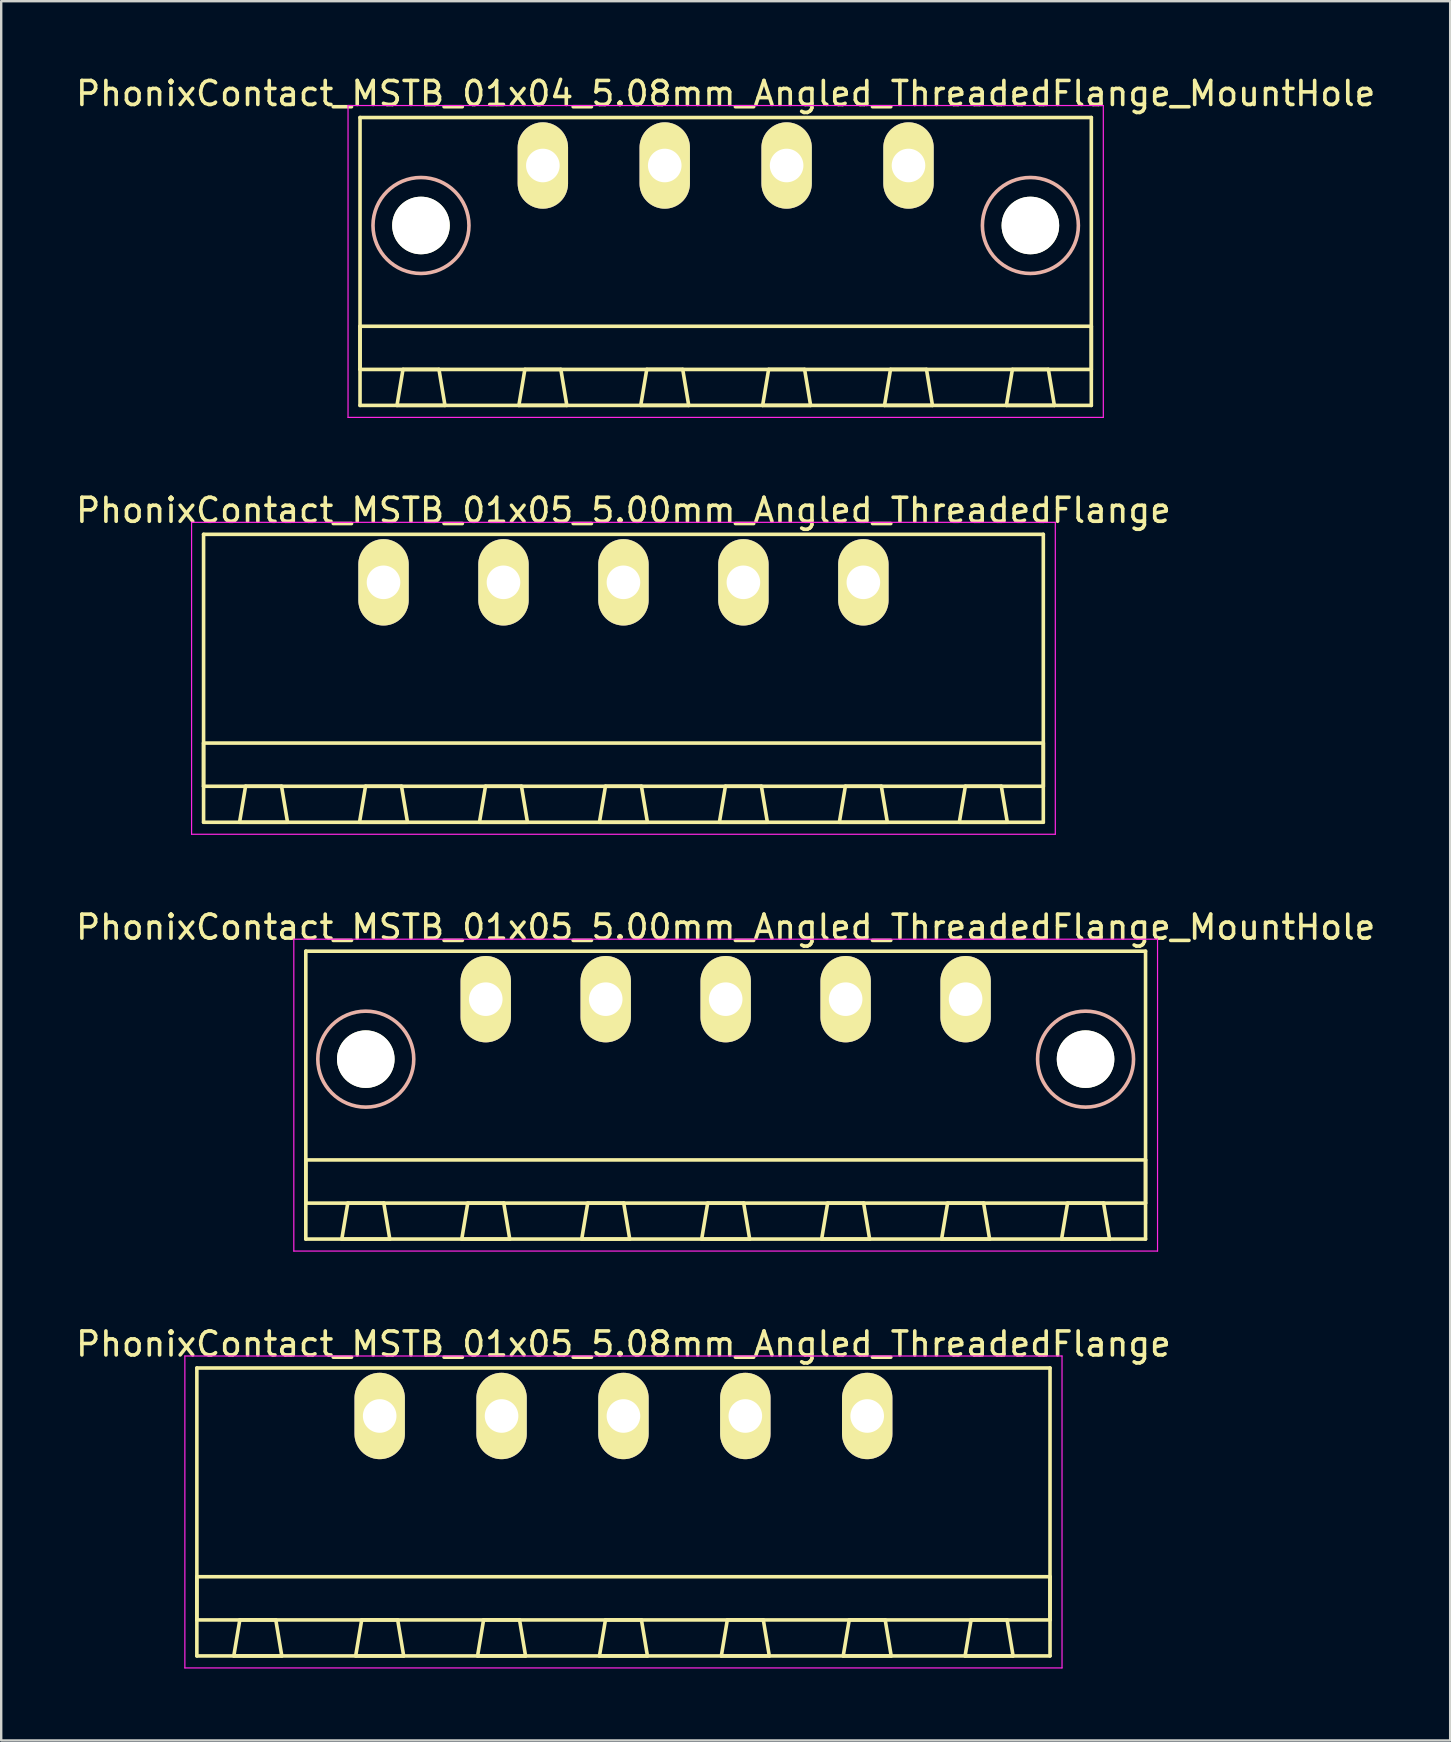
<source format=kicad_pcb>
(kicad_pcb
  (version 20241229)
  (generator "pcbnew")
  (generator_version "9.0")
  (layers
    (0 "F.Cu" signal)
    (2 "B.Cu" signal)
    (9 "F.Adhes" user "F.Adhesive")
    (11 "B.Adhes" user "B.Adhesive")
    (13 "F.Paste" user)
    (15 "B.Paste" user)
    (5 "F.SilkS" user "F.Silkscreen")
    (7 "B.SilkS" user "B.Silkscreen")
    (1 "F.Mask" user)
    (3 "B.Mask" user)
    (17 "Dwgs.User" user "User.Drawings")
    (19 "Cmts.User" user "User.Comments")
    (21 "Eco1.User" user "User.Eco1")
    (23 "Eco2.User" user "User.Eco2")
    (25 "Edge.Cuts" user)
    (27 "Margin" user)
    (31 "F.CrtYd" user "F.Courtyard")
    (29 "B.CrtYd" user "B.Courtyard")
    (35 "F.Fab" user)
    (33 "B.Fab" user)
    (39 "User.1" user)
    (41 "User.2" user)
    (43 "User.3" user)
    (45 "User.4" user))
  (footprint "PhonixContact_MSTB_01x05_5.08mm_Angled_ThreadedFlange"
    (layer "F.Cu")
    (at 12.775 55.968)
    (property "Reference" "PhonixContact_MSTB_01x05_5.08mm_Angled_ThreadedFlange" (at 10.16 -3 0) (layer "F.SilkS") (effects (font (size 1 1) (thickness 0.15))))
    (attr through_hole)
    (fp_line (start -7.62 -2) (end -7.62 10) (stroke (width 0.15) (type solid)) (layer "F.SilkS"))
    (fp_line (start -7.62 6.7) (end 27.94 6.7) (stroke (width 0.15) (type solid)) (layer "F.SilkS"))
    (fp_line (start -7.62 8.5) (end -7.62 6.7) (stroke (width 0.15) (type solid)) (layer "F.SilkS"))
    (fp_line (start -7.62 10) (end 27.94 10) (stroke (width 0.15) (type solid)) (layer "F.SilkS"))
    (fp_line (start -6.08 10) (end -4.08 10) (stroke (width 0.15) (type solid)) (layer "F.SilkS"))
    (fp_line (start -5.83 8.5) (end -6.08 10) (stroke (width 0.15) (type solid)) (layer "F.SilkS"))
    (fp_line (start -4.33 8.5) (end -5.83 8.5) (stroke (width 0.15) (type solid)) (layer "F.SilkS"))
    (fp_line (start -4.08 10) (end -4.33 8.5) (stroke (width 0.15) (type solid)) (layer "F.SilkS"))
    (fp_line (start -1 10) (end 1 10) (stroke (width 0.15) (type solid)) (layer "F.SilkS"))
    (fp_line (start -0.75 8.5) (end -1 10) (stroke (width 0.15) (type solid)) (layer "F.SilkS"))
    (fp_line (start 0.75 8.5) (end -0.75 8.5) (stroke (width 0.15) (type solid)) (layer "F.SilkS"))
    (fp_line (start 1 10) (end 0.75 8.5) (stroke (width 0.15) (type solid)) (layer "F.SilkS"))
    (fp_line (start 4.08 10) (end 6.08 10) (stroke (width 0.15) (type solid)) (layer "F.SilkS"))
    (fp_line (start 4.33 8.5) (end 4.08 10) (stroke (width 0.15) (type solid)) (layer "F.SilkS"))
    (fp_line (start 5.83 8.5) (end 4.33 8.5) (stroke (width 0.15) (type solid)) (layer "F.SilkS"))
    (fp_line (start 6.08 10) (end 5.83 8.5) (stroke (width 0.15) (type solid)) (layer "F.SilkS"))
    (fp_line (start 9.16 10) (end 11.16 10) (stroke (width 0.15) (type solid)) (layer "F.SilkS"))
    (fp_line (start 9.41 8.5) (end 9.16 10) (stroke (width 0.15) (type solid)) (layer "F.SilkS"))
    (fp_line (start 10.91 8.5) (end 9.41 8.5) (stroke (width 0.15) (type solid)) (layer "F.SilkS"))
    (fp_line (start 11.16 10) (end 10.91 8.5) (stroke (width 0.15) (type solid)) (layer "F.SilkS"))
    (fp_line (start 14.24 10) (end 16.24 10) (stroke (width 0.15) (type solid)) (layer "F.SilkS"))
    (fp_line (start 14.49 8.5) (end 14.24 10) (stroke (width 0.15) (type solid)) (layer "F.SilkS"))
    (fp_line (start 15.99 8.5) (end 14.49 8.5) (stroke (width 0.15) (type solid)) (layer "F.SilkS"))
    (fp_line (start 16.24 10) (end 15.99 8.5) (stroke (width 0.15) (type solid)) (layer "F.SilkS"))
    (fp_line (start 19.32 10) (end 21.32 10) (stroke (width 0.15) (type solid)) (layer "F.SilkS"))
    (fp_line (start 19.57 8.5) (end 19.32 10) (stroke (width 0.15) (type solid)) (layer "F.SilkS"))
    (fp_line (start 21.07 8.5) (end 19.57 8.5) (stroke (width 0.15) (type solid)) (layer "F.SilkS"))
    (fp_line (start 21.32 10) (end 21.07 8.5) (stroke (width 0.15) (type solid)) (layer "F.SilkS"))
    (fp_line (start 24.4 10) (end 26.4 10) (stroke (width 0.15) (type solid)) (layer "F.SilkS"))
    (fp_line (start 24.65 8.5) (end 24.4 10) (stroke (width 0.15) (type solid)) (layer "F.SilkS"))
    (fp_line (start 26.15 8.5) (end 24.65 8.5) (stroke (width 0.15) (type solid)) (layer "F.SilkS"))
    (fp_line (start 26.4 10) (end 26.15 8.5) (stroke (width 0.15) (type solid)) (layer "F.SilkS"))
    (fp_line (start 27.94 -2) (end -7.62 -2) (stroke (width 0.15) (type solid)) (layer "F.SilkS"))
    (fp_line (start 27.94 6.7) (end 27.94 8.5) (stroke (width 0.15) (type solid)) (layer "F.SilkS"))
    (fp_line (start 27.94 8.5) (end -7.62 8.5) (stroke (width 0.15) (type solid)) (layer "F.SilkS"))
    (fp_line (start 27.94 10) (end 27.94 -2) (stroke (width 0.15) (type solid)) (layer "F.SilkS"))
    (fp_line (start -8.12 -2.5) (end -8.12 10.5) (stroke (width 0.05) (type solid)) (layer "F.CrtYd"))
    (fp_line (start -8.12 10.5) (end 28.44 10.5) (stroke (width 0.05) (type solid)) (layer "F.CrtYd"))
    (fp_line (start 28.44 -2.5) (end -8.12 -2.5) (stroke (width 0.05) (type solid)) (layer "F.CrtYd"))
    (fp_line (start 28.44 10.5) (end 28.44 -2.5) (stroke (width 0.05) (type solid)) (layer "F.CrtYd"))
    (pad "1" thru_hole oval (at 0 0) (size 2.1 3.6) (drill 1.4) (layers "*.Cu" "*.Mask" "F.SilkS"))
    (pad "2" thru_hole oval (at 5.08 0) (size 2.1 3.6) (drill 1.4) (layers "*.Cu" "*.Mask" "F.SilkS"))
    (pad "3" thru_hole oval (at 10.16 0) (size 2.1 3.6) (drill 1.4) (layers "*.Cu" "*.Mask" "F.SilkS"))
    (pad "4" thru_hole oval (at 15.24 0) (size 2.1 3.6) (drill 1.4) (layers "*.Cu" "*.Mask" "F.SilkS"))
    (pad "5" thru_hole oval (at 20.32 0) (size 2.1 3.6) (drill 1.4) (layers "*.Cu" "*.Mask" "F.SilkS")))
  (footprint "PhonixContact_MSTB_01x05_5.00mm_Angled_ThreadedFlange_MountHole"
    (layer "F.Cu")
    (at 17.196 38.595)
    (property "Reference" "PhonixContact_MSTB_01x05_5.00mm_Angled_ThreadedFlange_MountHole" (at 10 -3 0) (layer "F.SilkS") (effects (font (size 1 1) (thickness 0.15))))
    (attr through_hole)
    (fp_line (start -7.5 -2) (end -7.5 10) (stroke (width 0.15) (type solid)) (layer "F.SilkS"))
    (fp_line (start -7.5 6.7) (end 27.5 6.7) (stroke (width 0.15) (type solid)) (layer "F.SilkS"))
    (fp_line (start -7.5 8.5) (end -7.5 6.7) (stroke (width 0.15) (type solid)) (layer "F.SilkS"))
    (fp_line (start -7.5 10) (end 27.5 10) (stroke (width 0.15) (type solid)) (layer "F.SilkS"))
    (fp_line (start -6 10) (end -4 10) (stroke (width 0.15) (type solid)) (layer "F.SilkS"))
    (fp_line (start -5.75 8.5) (end -6 10) (stroke (width 0.15) (type solid)) (layer "F.SilkS"))
    (fp_line (start -4.25 8.5) (end -5.75 8.5) (stroke (width 0.15) (type solid)) (layer "F.SilkS"))
    (fp_line (start -4 10) (end -4.25 8.5) (stroke (width 0.15) (type solid)) (layer "F.SilkS"))
    (fp_line (start -1 10) (end 1 10) (stroke (width 0.15) (type solid)) (layer "F.SilkS"))
    (fp_line (start -0.75 8.5) (end -1 10) (stroke (width 0.15) (type solid)) (layer "F.SilkS"))
    (fp_line (start 0.75 8.5) (end -0.75 8.5) (stroke (width 0.15) (type solid)) (layer "F.SilkS"))
    (fp_line (start 1 10) (end 0.75 8.5) (stroke (width 0.15) (type solid)) (layer "F.SilkS"))
    (fp_line (start 4 10) (end 6 10) (stroke (width 0.15) (type solid)) (layer "F.SilkS"))
    (fp_line (start 4.25 8.5) (end 4 10) (stroke (width 0.15) (type solid)) (layer "F.SilkS"))
    (fp_line (start 5.75 8.5) (end 4.25 8.5) (stroke (width 0.15) (type solid)) (layer "F.SilkS"))
    (fp_line (start 6 10) (end 5.75 8.5) (stroke (width 0.15) (type solid)) (layer "F.SilkS"))
    (fp_line (start 9 10) (end 11 10) (stroke (width 0.15) (type solid)) (layer "F.SilkS"))
    (fp_line (start 9.25 8.5) (end 9 10) (stroke (width 0.15) (type solid)) (layer "F.SilkS"))
    (fp_line (start 10.75 8.5) (end 9.25 8.5) (stroke (width 0.15) (type solid)) (layer "F.SilkS"))
    (fp_line (start 11 10) (end 10.75 8.5) (stroke (width 0.15) (type solid)) (layer "F.SilkS"))
    (fp_line (start 14 10) (end 16 10) (stroke (width 0.15) (type solid)) (layer "F.SilkS"))
    (fp_line (start 14.25 8.5) (end 14 10) (stroke (width 0.15) (type solid)) (layer "F.SilkS"))
    (fp_line (start 15.75 8.5) (end 14.25 8.5) (stroke (width 0.15) (type solid)) (layer "F.SilkS"))
    (fp_line (start 16 10) (end 15.75 8.5) (stroke (width 0.15) (type solid)) (layer "F.SilkS"))
    (fp_line (start 19 10) (end 21 10) (stroke (width 0.15) (type solid)) (layer "F.SilkS"))
    (fp_line (start 19.25 8.5) (end 19 10) (stroke (width 0.15) (type solid)) (layer "F.SilkS"))
    (fp_line (start 20.75 8.5) (end 19.25 8.5) (stroke (width 0.15) (type solid)) (layer "F.SilkS"))
    (fp_line (start 21 10) (end 20.75 8.5) (stroke (width 0.15) (type solid)) (layer "F.SilkS"))
    (fp_line (start 24 10) (end 26 10) (stroke (width 0.15) (type solid)) (layer "F.SilkS"))
    (fp_line (start 24.25 8.5) (end 24 10) (stroke (width 0.15) (type solid)) (layer "F.SilkS"))
    (fp_line (start 25.75 8.5) (end 24.25 8.5) (stroke (width 0.15) (type solid)) (layer "F.SilkS"))
    (fp_line (start 26 10) (end 25.75 8.5) (stroke (width 0.15) (type solid)) (layer "F.SilkS"))
    (fp_line (start 27.5 -2) (end -7.5 -2) (stroke (width 0.15) (type solid)) (layer "F.SilkS"))
    (fp_line (start 27.5 6.7) (end 27.5 8.5) (stroke (width 0.15) (type solid)) (layer "F.SilkS"))
    (fp_line (start 27.5 8.5) (end -7.5 8.5) (stroke (width 0.15) (type solid)) (layer "F.SilkS"))
    (fp_line (start 27.5 10) (end 27.5 -2) (stroke (width 0.15) (type solid)) (layer "F.SilkS"))
    (fp_circle (center -5 2.5) (end -3 2.5) (stroke (width 0.15) (type solid)) (fill no) (layer "B.SilkS"))
    (fp_circle (center 25 2.5) (end 27 2.5) (stroke (width 0.15) (type solid)) (fill no) (layer "B.SilkS"))
    (fp_line (start -8 -2.5) (end -8 10.5) (stroke (width 0.05) (type solid)) (layer "F.CrtYd"))
    (fp_line (start -8 10.5) (end 28 10.5) (stroke (width 0.05) (type solid)) (layer "F.CrtYd"))
    (fp_line (start 28 -2.5) (end -8 -2.5) (stroke (width 0.05) (type solid)) (layer "F.CrtYd"))
    (fp_line (start 28 10.5) (end 28 -2.5) (stroke (width 0.05) (type solid)) (layer "F.CrtYd"))
    (pad "" np_thru_hole circle (at -5 2.5) (size 2.4 2.4) (drill 2.4) (layers "*.Cu" "*.Mask" "F.SilkS"))
    (pad "" np_thru_hole circle (at 25 2.5) (size 2.4 2.4) (drill 2.4) (layers "*.Cu" "*.Mask" "F.SilkS"))
    (pad "1" thru_hole oval (at 0 0) (size 2.1 3.6) (drill 1.4) (layers "*.Cu" "*.Mask" "F.SilkS"))
    (pad "2" thru_hole oval (at 5 0) (size 2.1 3.6) (drill 1.4) (layers "*.Cu" "*.Mask" "F.SilkS"))
    (pad "3" thru_hole oval (at 10 0) (size 2.1 3.6) (drill 1.4) (layers "*.Cu" "*.Mask" "F.SilkS"))
    (pad "4" thru_hole oval (at 15 0) (size 2.1 3.6) (drill 1.4) (layers "*.Cu" "*.Mask" "F.SilkS"))
    (pad "5" thru_hole oval (at 20 0) (size 2.1 3.6) (drill 1.4) (layers "*.Cu" "*.Mask" "F.SilkS")))
  (footprint "PhonixContact_MSTB_01x05_5.00mm_Angled_ThreadedFlange"
    (layer "F.Cu")
    (at 12.935 21.221)
    (property "Reference" "PhonixContact_MSTB_01x05_5.00mm_Angled_ThreadedFlange" (at 10 -3 0) (layer "F.SilkS") (effects (font (size 1 1) (thickness 0.15))))
    (attr through_hole)
    (fp_line (start -7.5 -2) (end -7.5 10) (stroke (width 0.15) (type solid)) (layer "F.SilkS"))
    (fp_line (start -7.5 6.7) (end 27.5 6.7) (stroke (width 0.15) (type solid)) (layer "F.SilkS"))
    (fp_line (start -7.5 8.5) (end -7.5 6.7) (stroke (width 0.15) (type solid)) (layer "F.SilkS"))
    (fp_line (start -7.5 10) (end 27.5 10) (stroke (width 0.15) (type solid)) (layer "F.SilkS"))
    (fp_line (start -6 10) (end -4 10) (stroke (width 0.15) (type solid)) (layer "F.SilkS"))
    (fp_line (start -5.75 8.5) (end -6 10) (stroke (width 0.15) (type solid)) (layer "F.SilkS"))
    (fp_line (start -4.25 8.5) (end -5.75 8.5) (stroke (width 0.15) (type solid)) (layer "F.SilkS"))
    (fp_line (start -4 10) (end -4.25 8.5) (stroke (width 0.15) (type solid)) (layer "F.SilkS"))
    (fp_line (start -1 10) (end 1 10) (stroke (width 0.15) (type solid)) (layer "F.SilkS"))
    (fp_line (start -0.75 8.5) (end -1 10) (stroke (width 0.15) (type solid)) (layer "F.SilkS"))
    (fp_line (start 0.75 8.5) (end -0.75 8.5) (stroke (width 0.15) (type solid)) (layer "F.SilkS"))
    (fp_line (start 1 10) (end 0.75 8.5) (stroke (width 0.15) (type solid)) (layer "F.SilkS"))
    (fp_line (start 4 10) (end 6 10) (stroke (width 0.15) (type solid)) (layer "F.SilkS"))
    (fp_line (start 4.25 8.5) (end 4 10) (stroke (width 0.15) (type solid)) (layer "F.SilkS"))
    (fp_line (start 5.75 8.5) (end 4.25 8.5) (stroke (width 0.15) (type solid)) (layer "F.SilkS"))
    (fp_line (start 6 10) (end 5.75 8.5) (stroke (width 0.15) (type solid)) (layer "F.SilkS"))
    (fp_line (start 9 10) (end 11 10) (stroke (width 0.15) (type solid)) (layer "F.SilkS"))
    (fp_line (start 9.25 8.5) (end 9 10) (stroke (width 0.15) (type solid)) (layer "F.SilkS"))
    (fp_line (start 10.75 8.5) (end 9.25 8.5) (stroke (width 0.15) (type solid)) (layer "F.SilkS"))
    (fp_line (start 11 10) (end 10.75 8.5) (stroke (width 0.15) (type solid)) (layer "F.SilkS"))
    (fp_line (start 14 10) (end 16 10) (stroke (width 0.15) (type solid)) (layer "F.SilkS"))
    (fp_line (start 14.25 8.5) (end 14 10) (stroke (width 0.15) (type solid)) (layer "F.SilkS"))
    (fp_line (start 15.75 8.5) (end 14.25 8.5) (stroke (width 0.15) (type solid)) (layer "F.SilkS"))
    (fp_line (start 16 10) (end 15.75 8.5) (stroke (width 0.15) (type solid)) (layer "F.SilkS"))
    (fp_line (start 19 10) (end 21 10) (stroke (width 0.15) (type solid)) (layer "F.SilkS"))
    (fp_line (start 19.25 8.5) (end 19 10) (stroke (width 0.15) (type solid)) (layer "F.SilkS"))
    (fp_line (start 20.75 8.5) (end 19.25 8.5) (stroke (width 0.15) (type solid)) (layer "F.SilkS"))
    (fp_line (start 21 10) (end 20.75 8.5) (stroke (width 0.15) (type solid)) (layer "F.SilkS"))
    (fp_line (start 24 10) (end 26 10) (stroke (width 0.15) (type solid)) (layer "F.SilkS"))
    (fp_line (start 24.25 8.5) (end 24 10) (stroke (width 0.15) (type solid)) (layer "F.SilkS"))
    (fp_line (start 25.75 8.5) (end 24.25 8.5) (stroke (width 0.15) (type solid)) (layer "F.SilkS"))
    (fp_line (start 26 10) (end 25.75 8.5) (stroke (width 0.15) (type solid)) (layer "F.SilkS"))
    (fp_line (start 27.5 -2) (end -7.5 -2) (stroke (width 0.15) (type solid)) (layer "F.SilkS"))
    (fp_line (start 27.5 6.7) (end 27.5 8.5) (stroke (width 0.15) (type solid)) (layer "F.SilkS"))
    (fp_line (start 27.5 8.5) (end -7.5 8.5) (stroke (width 0.15) (type solid)) (layer "F.SilkS"))
    (fp_line (start 27.5 10) (end 27.5 -2) (stroke (width 0.15) (type solid)) (layer "F.SilkS"))
    (fp_line (start -8 -2.5) (end -8 10.5) (stroke (width 0.05) (type solid)) (layer "F.CrtYd"))
    (fp_line (start -8 10.5) (end 28 10.5) (stroke (width 0.05) (type solid)) (layer "F.CrtYd"))
    (fp_line (start 28 -2.5) (end -8 -2.5) (stroke (width 0.05) (type solid)) (layer "F.CrtYd"))
    (fp_line (start 28 10.5) (end 28 -2.5) (stroke (width 0.05) (type solid)) (layer "F.CrtYd"))
    (pad "1" thru_hole oval (at 0 0) (size 2.1 3.6) (drill 1.4) (layers "*.Cu" "*.Mask" "F.SilkS"))
    (pad "2" thru_hole oval (at 5 0) (size 2.1 3.6) (drill 1.4) (layers "*.Cu" "*.Mask" "F.SilkS"))
    (pad "3" thru_hole oval (at 10 0) (size 2.1 3.6) (drill 1.4) (layers "*.Cu" "*.Mask" "F.SilkS"))
    (pad "4" thru_hole oval (at 15 0) (size 2.1 3.6) (drill 1.4) (layers "*.Cu" "*.Mask" "F.SilkS"))
    (pad "5" thru_hole oval (at 20 0) (size 2.1 3.6) (drill 1.4) (layers "*.Cu" "*.Mask" "F.SilkS")))
  (footprint "PhonixContact_MSTB_01x04_5.08mm_Angled_ThreadedFlange_MountHole"
    (layer "F.Cu")
    (at 19.576 3.848)
    (property "Reference" "PhonixContact_MSTB_01x04_5.08mm_Angled_ThreadedFlange_MountHole" (at 7.62 -3 0) (layer "F.SilkS") (effects (font (size 1 1) (thickness 0.15))))
    (attr through_hole)
    (fp_line (start -7.62 -2) (end -7.62 10) (stroke (width 0.15) (type solid)) (layer "F.SilkS"))
    (fp_line (start -7.62 6.7) (end 22.86 6.7) (stroke (width 0.15) (type solid)) (layer "F.SilkS"))
    (fp_line (start -7.62 8.5) (end -7.62 6.7) (stroke (width 0.15) (type solid)) (layer "F.SilkS"))
    (fp_line (start -7.62 10) (end 22.86 10) (stroke (width 0.15) (type solid)) (layer "F.SilkS"))
    (fp_line (start -6.08 10) (end -4.08 10) (stroke (width 0.15) (type solid)) (layer "F.SilkS"))
    (fp_line (start -5.83 8.5) (end -6.08 10) (stroke (width 0.15) (type solid)) (layer "F.SilkS"))
    (fp_line (start -4.33 8.5) (end -5.83 8.5) (stroke (width 0.15) (type solid)) (layer "F.SilkS"))
    (fp_line (start -4.08 10) (end -4.33 8.5) (stroke (width 0.15) (type solid)) (layer "F.SilkS"))
    (fp_line (start -1 10) (end 1 10) (stroke (width 0.15) (type solid)) (layer "F.SilkS"))
    (fp_line (start -0.75 8.5) (end -1 10) (stroke (width 0.15) (type solid)) (layer "F.SilkS"))
    (fp_line (start 0.75 8.5) (end -0.75 8.5) (stroke (width 0.15) (type solid)) (layer "F.SilkS"))
    (fp_line (start 1 10) (end 0.75 8.5) (stroke (width 0.15) (type solid)) (layer "F.SilkS"))
    (fp_line (start 4.08 10) (end 6.08 10) (stroke (width 0.15) (type solid)) (layer "F.SilkS"))
    (fp_line (start 4.33 8.5) (end 4.08 10) (stroke (width 0.15) (type solid)) (layer "F.SilkS"))
    (fp_line (start 5.83 8.5) (end 4.33 8.5) (stroke (width 0.15) (type solid)) (layer "F.SilkS"))
    (fp_line (start 6.08 10) (end 5.83 8.5) (stroke (width 0.15) (type solid)) (layer "F.SilkS"))
    (fp_line (start 9.16 10) (end 11.16 10) (stroke (width 0.15) (type solid)) (layer "F.SilkS"))
    (fp_line (start 9.41 8.5) (end 9.16 10) (stroke (width 0.15) (type solid)) (layer "F.SilkS"))
    (fp_line (start 10.91 8.5) (end 9.41 8.5) (stroke (width 0.15) (type solid)) (layer "F.SilkS"))
    (fp_line (start 11.16 10) (end 10.91 8.5) (stroke (width 0.15) (type solid)) (layer "F.SilkS"))
    (fp_line (start 14.24 10) (end 16.24 10) (stroke (width 0.15) (type solid)) (layer "F.SilkS"))
    (fp_line (start 14.49 8.5) (end 14.24 10) (stroke (width 0.15) (type solid)) (layer "F.SilkS"))
    (fp_line (start 15.99 8.5) (end 14.49 8.5) (stroke (width 0.15) (type solid)) (layer "F.SilkS"))
    (fp_line (start 16.24 10) (end 15.99 8.5) (stroke (width 0.15) (type solid)) (layer "F.SilkS"))
    (fp_line (start 19.32 10) (end 21.32 10) (stroke (width 0.15) (type solid)) (layer "F.SilkS"))
    (fp_line (start 19.57 8.5) (end 19.32 10) (stroke (width 0.15) (type solid)) (layer "F.SilkS"))
    (fp_line (start 21.07 8.5) (end 19.57 8.5) (stroke (width 0.15) (type solid)) (layer "F.SilkS"))
    (fp_line (start 21.32 10) (end 21.07 8.5) (stroke (width 0.15) (type solid)) (layer "F.SilkS"))
    (fp_line (start 22.86 -2) (end -7.62 -2) (stroke (width 0.15) (type solid)) (layer "F.SilkS"))
    (fp_line (start 22.86 6.7) (end 22.86 8.5) (stroke (width 0.15) (type solid)) (layer "F.SilkS"))
    (fp_line (start 22.86 8.5) (end -7.62 8.5) (stroke (width 0.15) (type solid)) (layer "F.SilkS"))
    (fp_line (start 22.86 10) (end 22.86 -2) (stroke (width 0.15) (type solid)) (layer "F.SilkS"))
    (fp_circle (center -5.08 2.5) (end -3.08 2.5) (stroke (width 0.15) (type solid)) (fill no) (layer "B.SilkS"))
    (fp_circle (center 20.32 2.5) (end 22.32 2.5) (stroke (width 0.15) (type solid)) (fill no) (layer "B.SilkS"))
    (fp_line (start -8.12 -2.5) (end -8.12 10.5) (stroke (width 0.05) (type solid)) (layer "F.CrtYd"))
    (fp_line (start -8.12 10.5) (end 23.36 10.5) (stroke (width 0.05) (type solid)) (layer "F.CrtYd"))
    (fp_line (start 23.36 -2.5) (end -8.12 -2.5) (stroke (width 0.05) (type solid)) (layer "F.CrtYd"))
    (fp_line (start 23.36 10.5) (end 23.36 -2.5) (stroke (width 0.05) (type solid)) (layer "F.CrtYd"))
    (pad "" np_thru_hole circle (at -5.08 2.5) (size 2.4 2.4) (drill 2.4) (layers "*.Cu" "*.Mask" "F.SilkS"))
    (pad "" np_thru_hole circle (at 20.32 2.5) (size 2.4 2.4) (drill 2.4) (layers "*.Cu" "*.Mask" "F.SilkS"))
    (pad "1" thru_hole oval (at 0 0) (size 2.1 3.6) (drill 1.4) (layers "*.Cu" "*.Mask" "F.SilkS"))
    (pad "2" thru_hole oval (at 5.08 0) (size 2.1 3.6) (drill 1.4) (layers "*.Cu" "*.Mask" "F.SilkS"))
    (pad "3" thru_hole oval (at 10.16 0) (size 2.1 3.6) (drill 1.4) (layers "*.Cu" "*.Mask" "F.SilkS"))
    (pad "4" thru_hole oval (at 15.24 0) (size 2.1 3.6) (drill 1.4) (layers "*.Cu" "*.Mask" "F.SilkS")))
  (gr_rect
    (start -3 -3)
    (end 57.393 69.493)
    (stroke (width 0.1) (type default))
    (fill no)
    (layer "Edge.Cuts")))
</source>
